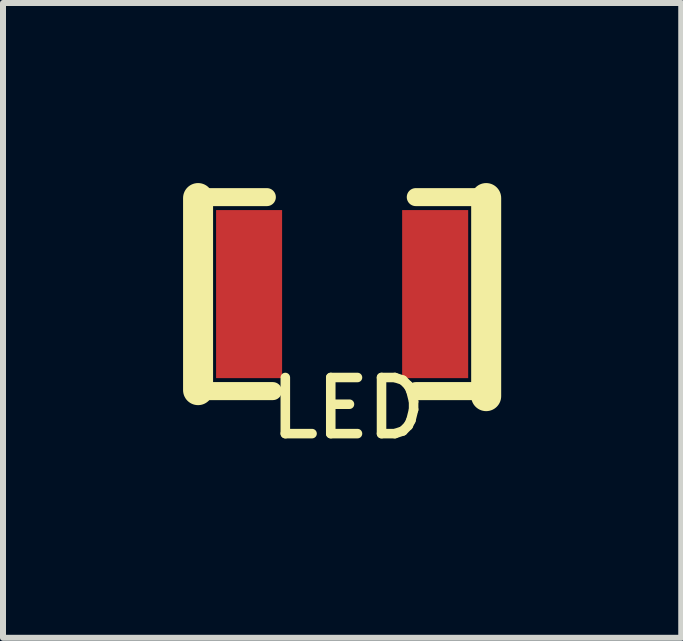
<source format=kicad_pcb>
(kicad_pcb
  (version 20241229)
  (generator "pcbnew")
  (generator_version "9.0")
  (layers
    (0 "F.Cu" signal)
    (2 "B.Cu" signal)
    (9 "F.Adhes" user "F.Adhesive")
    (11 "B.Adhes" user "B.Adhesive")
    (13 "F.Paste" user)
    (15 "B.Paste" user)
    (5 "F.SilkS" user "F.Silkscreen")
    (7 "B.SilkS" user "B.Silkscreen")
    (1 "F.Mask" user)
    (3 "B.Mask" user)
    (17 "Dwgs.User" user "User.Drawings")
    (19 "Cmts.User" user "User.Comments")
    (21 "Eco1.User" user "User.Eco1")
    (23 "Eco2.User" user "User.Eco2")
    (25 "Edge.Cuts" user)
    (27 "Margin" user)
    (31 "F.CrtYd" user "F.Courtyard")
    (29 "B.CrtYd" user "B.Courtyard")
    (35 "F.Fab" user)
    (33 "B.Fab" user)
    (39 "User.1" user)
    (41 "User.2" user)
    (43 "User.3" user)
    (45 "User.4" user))
  (footprint "LED"
    (layer "F.Cu")
    (at 2.65 1.85)
    (property "Reference" "LED" (at 0.1 1.9 0) (layer "F.SilkS") (effects (font (size 0.935 0.935) (thickness 0.159))))
    (attr smd)
    (fp_line (start -2.4 -1.6) (end -2.4 1.6) (stroke (width 0.5) (type solid)) (layer "F.SilkS"))
    (fp_line (start -2.4 1.6) (end -2.4 1.7) (stroke (width 0.15) (type solid)) (layer "F.SilkS"))
    (fp_line (start -2.251 1.616) (end -1.154 1.616) (stroke (width 0.3) (type solid)) (layer "F.SilkS"))
    (fp_line (start -1.254 -1.616) (end -2.351 -1.616) (stroke (width 0.3) (type solid)) (layer "F.SilkS"))
    (fp_line (start 1.227 -1.616) (end 2.351 -1.616) (stroke (width 0.3) (type solid)) (layer "F.SilkS"))
    (fp_line (start 2.351 1.616) (end 1.227 1.616) (stroke (width 0.3) (type solid)) (layer "F.SilkS"))
    (fp_line (start 2.4 -1.6) (end 2.4 1.7) (stroke (width 0.5) (type solid)) (layer "F.SilkS"))
    (pad "1" smd rect (at -1.55 0) (size 1.1 2.8) (layers "F.Cu" "F.Mask" "F.Paste"))
    (pad "2" smd rect (at 1.55 0) (size 1.1 2.8) (layers "F.Cu" "F.Mask" "F.Paste")))
  (gr_rect
    (start -3 -3)
    (end 8.3 7.576)
    (stroke (width 0.1) (type default))
    (fill no)
    (layer "Edge.Cuts")))
</source>
